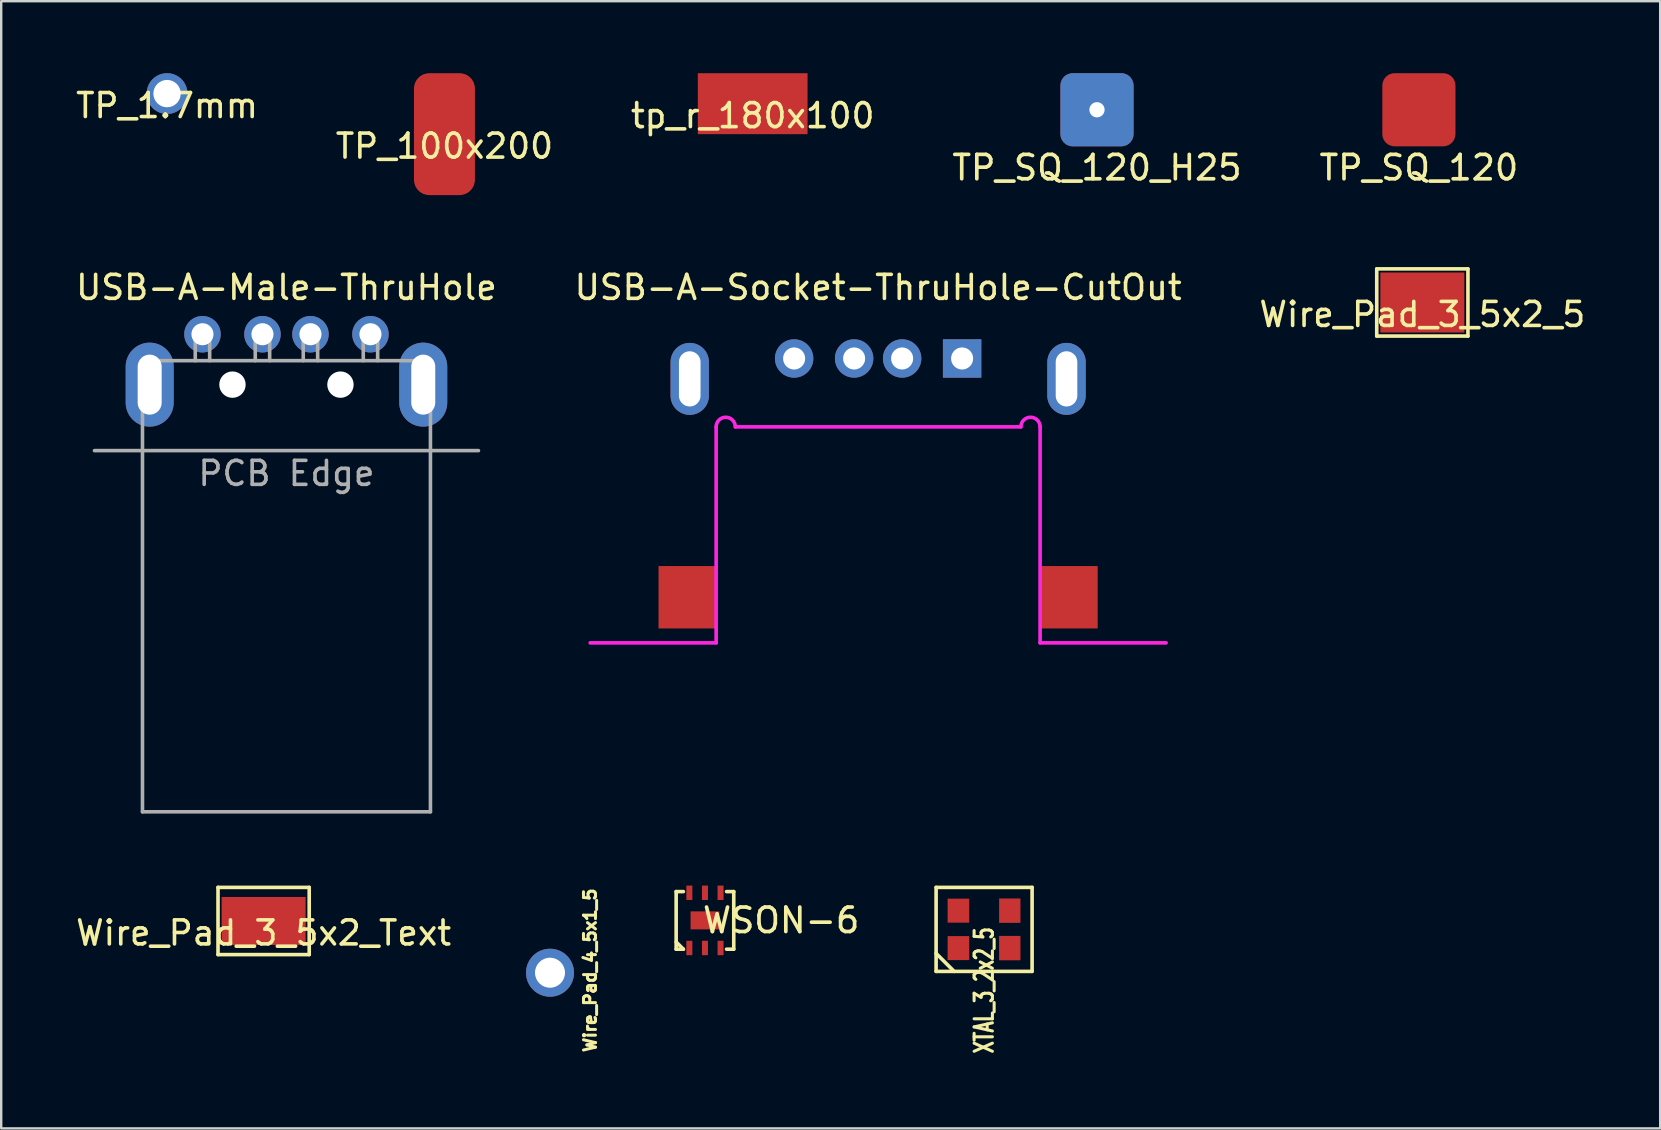
<source format=kicad_pcb>
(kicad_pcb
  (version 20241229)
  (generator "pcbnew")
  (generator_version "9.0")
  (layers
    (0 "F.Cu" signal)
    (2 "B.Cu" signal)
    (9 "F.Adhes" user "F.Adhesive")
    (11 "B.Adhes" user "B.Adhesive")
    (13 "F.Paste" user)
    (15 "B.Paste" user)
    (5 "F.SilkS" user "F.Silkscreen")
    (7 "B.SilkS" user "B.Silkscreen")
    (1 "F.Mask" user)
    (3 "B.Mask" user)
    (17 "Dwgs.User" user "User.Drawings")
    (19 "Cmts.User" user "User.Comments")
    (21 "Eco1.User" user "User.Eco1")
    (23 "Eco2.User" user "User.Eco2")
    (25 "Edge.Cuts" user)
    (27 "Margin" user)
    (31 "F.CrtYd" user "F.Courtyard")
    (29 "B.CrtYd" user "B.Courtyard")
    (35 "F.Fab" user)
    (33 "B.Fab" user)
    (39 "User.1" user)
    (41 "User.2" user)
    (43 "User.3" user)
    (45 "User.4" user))
  (footprint "USB-A-Socket-ThruHole-CutOut"
    (layer "F.Cu")
    (at 33.542 12.738)
    (property "Reference" "USB-A-Socket-ThruHole-CutOut" (at 0 -3.81 0) (layer "F.SilkS") (effects (font (size 1 1) (thickness 0.15))))
    (attr through_hole)
    (fp_line (start -12 11) (end -6.75 11) (stroke (width 0.15) (type solid)) (layer "F.CrtYd"))
    (fp_line (start -6.75 11) (end -6.75 2) (stroke (width 0.15) (type solid)) (layer "F.CrtYd"))
    (fp_line (start -5.95 2) (end 5.95 2) (stroke (width 0.15) (type solid)) (layer "F.CrtYd"))
    (fp_line (start 6.75 11) (end 6.75 2) (stroke (width 0.15) (type solid)) (layer "F.CrtYd"))
    (fp_line (start 6.75 11) (end 12 11) (stroke (width 0.15) (type solid)) (layer "F.CrtYd"))
    (fp_arc (start -6.75 2) (mid -6.35 1.6) (end -5.95 2) (stroke (width 0.15) (type solid)) (layer "F.CrtYd"))
    (fp_arc (start 5.95 2) (mid 6.35 1.6) (end 6.75 2) (stroke (width 0.15) (type solid)) (layer "F.CrtYd"))
    (pad "1" thru_hole rect (at 3.5 -0.85) (size 1.6 1.6) (drill 0.92) (layers "*.Cu" "*.Mask"))
    (pad "2" thru_hole circle (at 1 -0.85) (size 1.6 1.6) (drill 0.92) (layers "*.Cu" "*.Mask"))
    (pad "3" thru_hole circle (at -1 -0.85) (size 1.6 1.6) (drill 0.92) (layers "*.Cu" "*.Mask"))
    (pad "4" thru_hole circle (at -3.5 -0.85) (size 1.6 1.6) (drill 0.92) (layers "*.Cu" "*.Mask"))
    (pad "5" thru_hole oval (at 7.85 0) (size 1.6 3) (drill oval 0.9 2.3) (layers "*.Cu" "*.Mask"))
    (pad "6" thru_hole oval (at -7.85 0) (size 1.6 3) (drill oval 0.9 2.3) (layers "*.Cu" "*.Mask"))
    (pad "7" smd rect (at 7.95 9.1) (size 2.4 2.6) (layers "F.Cu" "F.Mask" "F.Paste"))
    (pad "8" smd rect (at -7.95 9.1) (size 2.4 2.6) (layers "F.Cu" "F.Mask" "F.Paste")))
  (footprint "tp_r_180x100"
    (layer "F.Cu")
    (at 28.315 1.27)
    (property "Reference" "tp_r_180x100" (at 0 0.5 0) (layer "F.SilkS") (effects (font (size 1 1) (thickness 0.15))))
    (attr through_hole)
    (pad "1" smd rect (at 0 0) (size 4.572 2.54) (layers "F.Cu" "F.Mask" "F.Paste")))
  (footprint "XTAL_3_2x2_5"
    (layer "F.Cu")
    (at 37.958 35.678)
    (property "Reference" "XTAL_3_2x2_5" (at 0 2.54 90) (layer "F.SilkS") (effects (font (size 0.762 0.508) (thickness 0.127))))
    (attr through_hole)
    (fp_line (start -2 -1.75) (end 2 -1.75) (stroke (width 0.15) (type solid)) (layer "F.SilkS"))
    (fp_line (start -2 1) (end -1.25 1.75) (stroke (width 0.15) (type solid)) (layer "F.SilkS"))
    (fp_line (start -2 1.75) (end -2 -1.75) (stroke (width 0.15) (type solid)) (layer "F.SilkS"))
    (fp_line (start 2 -1.75) (end 2 1.75) (stroke (width 0.15) (type solid)) (layer "F.SilkS"))
    (fp_line (start 2 1.75) (end -2 1.75) (stroke (width 0.15) (type solid)) (layer "F.SilkS"))
    (pad "1" smd rect (at -1.07 0.78) (size 0.9 1) (layers "F.Cu" "F.Mask" "F.Paste"))
    (pad "2" smd rect (at 1.07 0.78) (size 0.889 1.016) (layers "F.Cu" "F.Mask" "F.Paste"))
    (pad "3" smd rect (at 1.07 -0.78) (size 0.889 1.016) (layers "F.Cu" "F.Mask" "F.Paste"))
    (pad "4" smd rect (at -1.07 -0.78) (size 0.9 1) (layers "F.Cu" "F.Mask" "F.Paste")))
  (footprint "Wire_Pad_4_5x1_5"
    (layer "F.Cu")
    (at 20.389 37.484)
    (property "Reference" "Wire_Pad_4_5x1_5" (at 1.15 -0.1 90) (layer "F.SilkS") (effects (font (size 0.5 0.5) (thickness 0.125))))
    (attr through_hole)
    (pad "1" thru_hole circle (at -0.52 0) (size 2 2) (drill 1.25) (layers "*.Cu" "*.Mask")))
  (footprint "TP_SQ_120_H25"
    (layer "F.Cu")
    (at 42.662 1.524)
    (property "Reference" "TP_SQ_120_H25" (at 0 2.413 0) (layer "F.SilkS") (effects (font (size 1.016 1.016) (thickness 0.152))))
    (attr through_hole)
    (pad "1" thru_hole roundrect (at 0 0) (size 3.048 3.048) (drill 0.635) (layers "*.Cu" "*.Mask") (roundrect_rratio 0.167)))
  (footprint "WSON-6"
    (layer "F.Cu")
    (at 26.326 35.303)
    (property "Reference" "WSON-6" (at 3.175 0 0) (layer "F.SilkS") (effects (font (size 1.02 1.02) (thickness 0.153))))
    (attr through_hole)
    (fp_line (start -1.2 -1.2) (end -0.9 -1.2) (stroke (width 0.15) (type solid)) (layer "F.SilkS"))
    (fp_line (start -1.2 1.2) (end -1.2 -1.2) (stroke (width 0.15) (type solid)) (layer "F.SilkS"))
    (fp_line (start -0.9 1.2) (end -1.2 0.9) (stroke (width 0.15) (type solid)) (layer "F.SilkS"))
    (fp_line (start -0.9 1.2) (end -1.2 1.2) (stroke (width 0.15) (type solid)) (layer "F.SilkS"))
    (fp_line (start 0.9 -1.2) (end 1.2 -1.2) (stroke (width 0.15) (type solid)) (layer "F.SilkS"))
    (fp_line (start 1.2 -1.2) (end 1.2 1.2) (stroke (width 0.15) (type solid)) (layer "F.SilkS"))
    (fp_line (start 1.2 1.2) (end 0.9 1.2) (stroke (width 0.15) (type solid)) (layer "F.SilkS"))
    (pad "1" smd rect (at -0.65 1.15) (size 0.25 0.6) (layers "F.Cu" "F.Mask" "F.Paste"))
    (pad "2" smd rect (at 0 1.15) (size 0.25 0.6) (layers "F.Cu" "F.Mask" "F.Paste"))
    (pad "3" smd rect (at 0.65 1.15) (size 0.25 0.6) (layers "F.Cu" "F.Mask" "F.Paste"))
    (pad "4" smd rect (at 0.65 -1.15) (size 0.25 0.6) (layers "F.Cu" "F.Mask" "F.Paste"))
    (pad "5" smd rect (at 0 -1.15) (size 0.25 0.6) (layers "F.Cu" "F.Mask" "F.Paste"))
    (pad "6" smd rect (at -0.65 -1.15) (size 0.25 0.6) (layers "F.Cu" "F.Mask" "F.Paste"))
    (pad "7" smd rect (at 0 0) (size 1.2 0.75) (layers "F.Cu" "F.Mask" "F.Paste")))
  (footprint "TP_100x200"
    (layer "F.Cu")
    (at 15.47 2.54)
    (property "Reference" "TP_100x200" (at 0 0.5 0) (layer "F.SilkS") (effects (font (size 1 1) (thickness 0.15))))
    (attr through_hole)
    (pad "1" smd roundrect (at 0 0) (size 2.54 5.08) (layers "F.Cu" "F.Mask" "F.Paste") (roundrect_rratio 0.25)))
  (footprint "Wire_Pad_3_5x2_5"
    (layer "F.Cu")
    (at 56.22 9.555)
    (property "Reference" "Wire_Pad_3_5x2_5" (at 0 0.5 0) (layer "F.SilkS") (effects (font (size 1 1) (thickness 0.15))))
    (attr through_hole)
    (fp_line (start -1.9 -1.4) (end 1.9 -1.4) (stroke (width 0.15) (type solid)) (layer "F.SilkS"))
    (fp_line (start -1.9 1.4) (end -1.9 -1.4) (stroke (width 0.15) (type solid)) (layer "F.SilkS"))
    (fp_line (start 1.9 -1.4) (end 1.9 1.4) (stroke (width 0.15) (type solid)) (layer "F.SilkS"))
    (fp_line (start 1.9 1.4) (end -1.9 1.4) (stroke (width 0.15) (type solid)) (layer "F.SilkS"))
    (pad "1" smd rect (at 0 0) (size 3.5 2.5) (layers "F.Cu" "F.Mask" "F.Paste")))
  (footprint "TP_SQ_120"
    (layer "F.Cu")
    (at 56.076 1.524)
    (property "Reference" "TP_SQ_120" (at 0 2.413 0) (layer "F.SilkS") (effects (font (size 1.016 1.016) (thickness 0.152))))
    (attr through_hole)
    (pad "1" smd roundrect (at 0 0) (size 3.048 3.048) (layers "F.Cu" "F.Mask" "F.Paste") (roundrect_rratio 0.167)))
  (footprint "Wire_Pad_3_5x2_Text"
    (layer "F.Cu")
    (at 7.935 35.328)
    (property "Reference" "Wire_Pad_3_5x2_Text" (at 0 0.5 0) (layer "F.SilkS") (effects (font (size 1 1) (thickness 0.15))))
    (attr through_hole)
    (fp_line (start -1.9 -1.4) (end 1.9 -1.4) (stroke (width 0.15) (type solid)) (layer "F.SilkS"))
    (fp_line (start -1.9 1.4) (end -1.9 -1.4) (stroke (width 0.15) (type solid)) (layer "F.SilkS"))
    (fp_line (start 1.9 -1.4) (end 1.9 1.4) (stroke (width 0.15) (type solid)) (layer "F.SilkS"))
    (fp_line (start 1.9 1.4) (end -1.9 1.4) (stroke (width 0.15) (type solid)) (layer "F.SilkS"))
    (pad "1" smd rect (at 0 0) (size 3.5 2) (layers "F.Cu" "F.Mask" "F.Paste")))
  (footprint "USB-A-Male-ThruHole"
    (layer "F.Cu")
    (at 8.887 12.978)
    (property "Reference" "USB-A-Male-ThruHole" (at 0 -4.05 0) (layer "F.SilkS") (effects (font (size 1 1) (thickness 0.15))))
    (attr through_hole)
    (fp_line (start -8 2.75) (end 8 2.75) (stroke (width 0.15) (type solid)) (layer "F.Fab"))
    (fp_line (start -6 -1) (end -6 17.8) (stroke (width 0.15) (type solid)) (layer "F.Fab"))
    (fp_line (start -6 17.8) (end 6 17.8) (stroke (width 0.15) (type solid)) (layer "F.Fab"))
    (fp_line (start -3.8 -2.1) (end -3.8 -1) (stroke (width 0.15) (type solid)) (layer "F.Fab"))
    (fp_line (start -3.8 -2.1) (end -3.2 -2.1) (stroke (width 0.15) (type solid)) (layer "F.Fab"))
    (fp_line (start -3.2 -2.1) (end -3.2 -1) (stroke (width 0.15) (type solid)) (layer "F.Fab"))
    (fp_line (start -1.3 -2.1) (end -1.3 -1) (stroke (width 0.15) (type solid)) (layer "F.Fab"))
    (fp_line (start -1.3 -2.1) (end -0.7 -2.1) (stroke (width 0.15) (type solid)) (layer "F.Fab"))
    (fp_line (start -0.7 -2.1) (end -0.7 -1) (stroke (width 0.15) (type solid)) (layer "F.Fab"))
    (fp_line (start 0.7 -2.1) (end 0.7 -1) (stroke (width 0.15) (type solid)) (layer "F.Fab"))
    (fp_line (start 0.7 -2.1) (end 1.3 -2.1) (stroke (width 0.15) (type solid)) (layer "F.Fab"))
    (fp_line (start 1.3 -2.1) (end 1.3 -1) (stroke (width 0.15) (type solid)) (layer "F.Fab"))
    (fp_line (start 3.2 -2.1) (end 3.2 -1) (stroke (width 0.15) (type solid)) (layer "F.Fab"))
    (fp_line (start 3.2 -2.1) (end 3.8 -2.1) (stroke (width 0.15) (type solid)) (layer "F.Fab"))
    (fp_line (start 3.8 -2.1) (end 3.8 -1) (stroke (width 0.15) (type solid)) (layer "F.Fab"))
    (fp_line (start 6 -1) (end -6 -1) (stroke (width 0.15) (type solid)) (layer "F.Fab"))
    (fp_line (start 6 17.8) (end 6 -1) (stroke (width 0.15) (type solid)) (layer "F.Fab"))
    (fp_text user "PCB Edge" (at 0 3.7 0) (layer "F.Fab") (effects (font (size 1 1) (thickness 0.15))))
    (pad "" np_thru_hole circle (at -2.25 0) (size 1.1 1.1) (drill 1.1) (layers "*.Cu" "*.Mask"))
    (pad "" np_thru_hole circle (at 2.25 0) (size 1.1 1.1) (drill 1.1) (layers "*.Cu" "*.Mask"))
    (pad "1" thru_hole circle (at 3.5 -2.1) (size 1.52 1.52) (drill 0.92) (layers "*.Cu" "*.Mask"))
    (pad "2" thru_hole circle (at 1 -2.1) (size 1.52 1.52) (drill 0.92) (layers "*.Cu" "*.Mask"))
    (pad "3" thru_hole circle (at -1 -2.1) (size 1.52 1.52) (drill 0.92) (layers "*.Cu" "*.Mask"))
    (pad "4" thru_hole circle (at -3.5 -2.1) (size 1.52 1.52) (drill 0.92) (layers "*.Cu" "*.Mask"))
    (pad "7" thru_hole oval (at 5.7 0) (size 2 3.5) (drill oval 1 2.5) (layers "*.Cu" "*.Mask"))
    (pad "8" thru_hole oval (at -5.7 0) (size 2 3.5) (drill oval 1 2.5) (layers "*.Cu" "*.Mask")))
  (footprint "TP_1.7mm"
    (layer "F.Cu")
    (at 3.911 0.85)
    (property "Reference" "TP_1.7mm" (at 0 0.5 0) (layer "F.SilkS") (effects (font (size 1 1) (thickness 0.15))))
    (attr through_hole)
    (pad "1" thru_hole circle (at 0 0) (size 1.7 1.7) (drill 1.14) (layers "*.Cu" "*.Mask")))
  (gr_rect
    (start -3 -3)
    (end 66.131 43.971)
    (stroke (width 0.1) (type default))
    (fill no)
    (layer "Edge.Cuts")))
</source>
